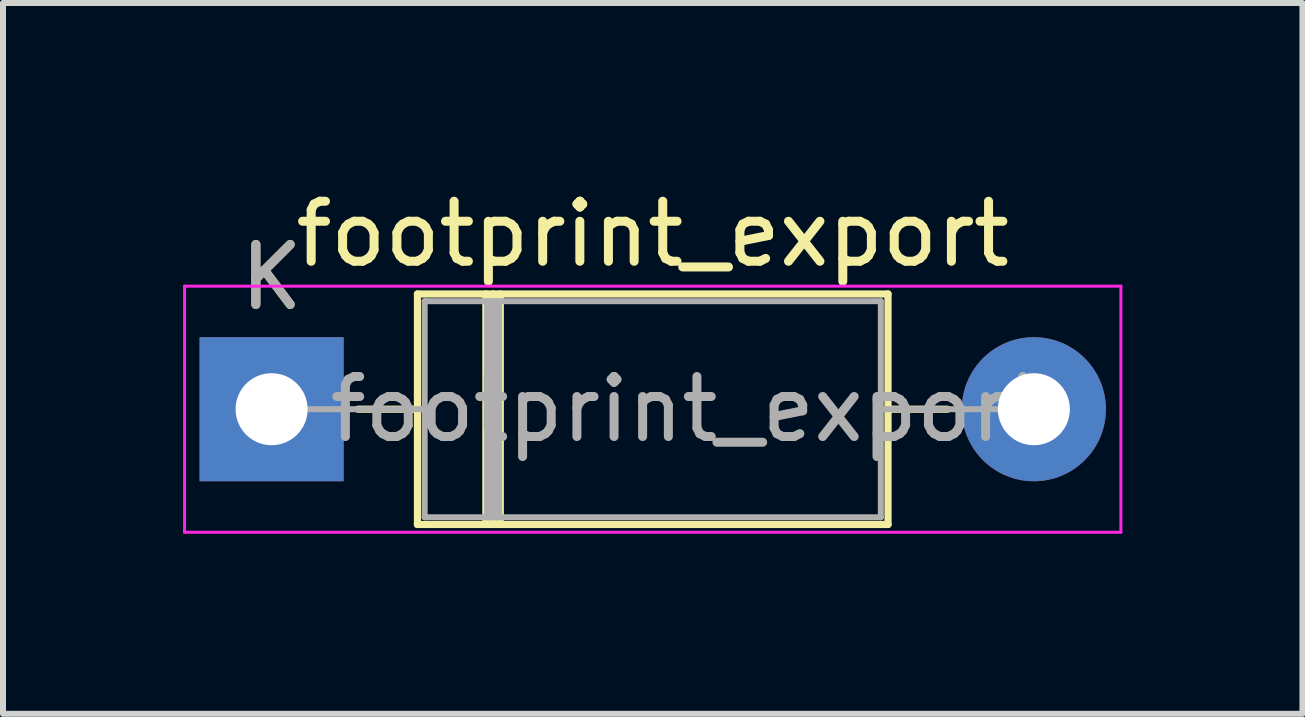
<source format=kicad_pcb>
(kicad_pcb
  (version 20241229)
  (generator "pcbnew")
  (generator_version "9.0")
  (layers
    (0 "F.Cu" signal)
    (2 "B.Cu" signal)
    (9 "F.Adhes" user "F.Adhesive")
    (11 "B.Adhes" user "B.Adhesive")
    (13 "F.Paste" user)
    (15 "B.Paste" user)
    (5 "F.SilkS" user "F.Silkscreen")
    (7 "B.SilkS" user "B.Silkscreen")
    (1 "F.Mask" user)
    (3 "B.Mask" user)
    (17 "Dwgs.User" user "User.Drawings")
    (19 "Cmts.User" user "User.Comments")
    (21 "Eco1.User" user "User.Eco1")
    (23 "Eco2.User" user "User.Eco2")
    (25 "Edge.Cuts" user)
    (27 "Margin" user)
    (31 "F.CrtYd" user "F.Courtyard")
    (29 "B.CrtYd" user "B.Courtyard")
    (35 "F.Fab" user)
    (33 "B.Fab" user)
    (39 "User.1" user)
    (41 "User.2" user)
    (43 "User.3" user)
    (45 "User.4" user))
  (footprint "footprint_export"
    (layer "F.Cu")
    (at 1.475 3.768)
    (property "Reference" "footprint_export" (at 6.35 -2.92 0) (layer "F.SilkS") (effects (font (size 1 1) (thickness 0.15))))
    (attr through_hole)
    (fp_line (start 1.44 0) (end 2.43 0) (stroke (width 0.12) (type solid)) (layer "F.SilkS"))
    (fp_line (start 2.43 -1.92) (end 2.43 1.92) (stroke (width 0.12) (type solid)) (layer "F.SilkS"))
    (fp_line (start 2.43 1.92) (end 10.27 1.92) (stroke (width 0.12) (type solid)) (layer "F.SilkS"))
    (fp_line (start 3.57 -1.92) (end 3.57 1.92) (stroke (width 0.12) (type solid)) (layer "F.SilkS"))
    (fp_line (start 3.69 -1.92) (end 3.69 1.92) (stroke (width 0.12) (type solid)) (layer "F.SilkS"))
    (fp_line (start 3.81 -1.92) (end 3.81 1.92) (stroke (width 0.12) (type solid)) (layer "F.SilkS"))
    (fp_line (start 10.27 -1.92) (end 2.43 -1.92) (stroke (width 0.12) (type solid)) (layer "F.SilkS"))
    (fp_line (start 10.27 1.92) (end 10.27 -1.92) (stroke (width 0.12) (type solid)) (layer "F.SilkS"))
    (fp_line (start 11.26 0) (end 10.27 0) (stroke (width 0.12) (type solid)) (layer "F.SilkS"))
    (fp_line (start -1.45 -2.05) (end -1.45 2.05) (stroke (width 0.05) (type solid)) (layer "F.CrtYd"))
    (fp_line (start -1.45 2.05) (end 14.15 2.05) (stroke (width 0.05) (type solid)) (layer "F.CrtYd"))
    (fp_line (start 14.15 -2.05) (end -1.45 -2.05) (stroke (width 0.05) (type solid)) (layer "F.CrtYd"))
    (fp_line (start 14.15 2.05) (end 14.15 -2.05) (stroke (width 0.05) (type solid)) (layer "F.CrtYd"))
    (fp_line (start 0 0) (end 2.55 0) (stroke (width 0.1) (type solid)) (layer "F.Fab"))
    (fp_line (start 2.55 -1.8) (end 2.55 1.8) (stroke (width 0.1) (type solid)) (layer "F.Fab"))
    (fp_line (start 2.55 1.8) (end 10.15 1.8) (stroke (width 0.1) (type solid)) (layer "F.Fab"))
    (fp_line (start 3.59 -1.8) (end 3.59 1.8) (stroke (width 0.1) (type solid)) (layer "F.Fab"))
    (fp_line (start 3.69 -1.8) (end 3.69 1.8) (stroke (width 0.1) (type solid)) (layer "F.Fab"))
    (fp_line (start 3.79 -1.8) (end 3.79 1.8) (stroke (width 0.1) (type solid)) (layer "F.Fab"))
    (fp_line (start 10.15 -1.8) (end 2.55 -1.8) (stroke (width 0.1) (type solid)) (layer "F.Fab"))
    (fp_line (start 10.15 1.8) (end 10.15 -1.8) (stroke (width 0.1) (type solid)) (layer "F.Fab"))
    (fp_line (start 12.7 0) (end 10.15 0) (stroke (width 0.1) (type solid)) (layer "F.Fab"))
    (fp_text user "K" (at 0 -2.2 0) (layer "F.SilkS") (effects (font (size 1 1) (thickness 0.15))))
    (fp_text user "K" (at 0 -2.2 0) (layer "F.Fab") (effects (font (size 1 1) (thickness 0.15))))
    (fp_text user "${REFERENCE}" (at 6.92 0 0) (layer "F.Fab") (effects (font (size 1 1) (thickness 0.15))))
    (pad "1" thru_hole rect (at 0 0) (size 2.4 2.4) (drill 1.2) (layers "*.Cu" "*.Mask"))
    (pad "2" thru_hole oval (at 12.7 0) (size 2.4 2.4) (drill 1.2) (layers "*.Cu" "*.Mask")))
  (gr_rect
    (start -3 -3)
    (end 18.65 8.843)
    (stroke (width 0.1) (type default))
    (fill no)
    (layer "Edge.Cuts")))
</source>
